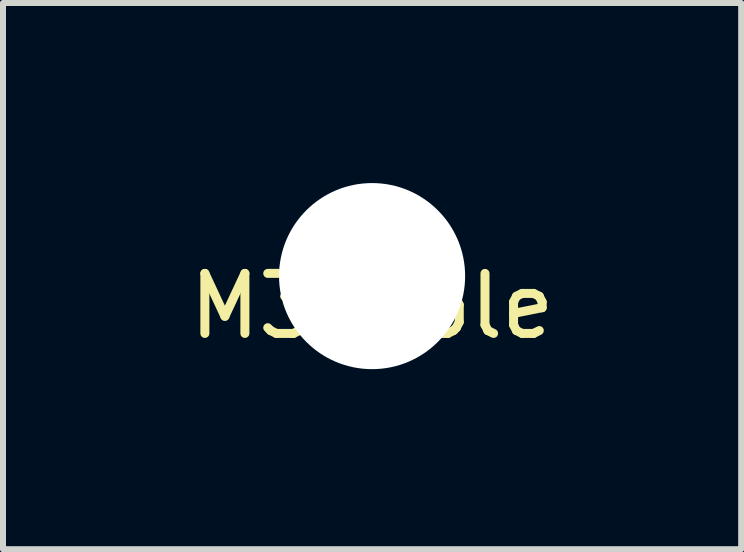
<source format=kicad_pcb>
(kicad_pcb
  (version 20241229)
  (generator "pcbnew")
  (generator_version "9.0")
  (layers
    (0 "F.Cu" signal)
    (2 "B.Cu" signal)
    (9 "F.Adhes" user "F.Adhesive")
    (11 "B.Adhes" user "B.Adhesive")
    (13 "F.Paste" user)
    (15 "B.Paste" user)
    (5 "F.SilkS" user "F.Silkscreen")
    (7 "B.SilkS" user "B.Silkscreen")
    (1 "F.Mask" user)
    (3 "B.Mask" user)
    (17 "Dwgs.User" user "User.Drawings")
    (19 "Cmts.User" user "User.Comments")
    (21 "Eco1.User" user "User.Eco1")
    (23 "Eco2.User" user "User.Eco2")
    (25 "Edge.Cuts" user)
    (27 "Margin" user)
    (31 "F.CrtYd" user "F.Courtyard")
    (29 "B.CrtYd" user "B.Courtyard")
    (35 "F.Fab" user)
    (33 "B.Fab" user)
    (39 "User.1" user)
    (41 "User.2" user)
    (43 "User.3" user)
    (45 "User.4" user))
  (footprint "M3 hole"
    (layer "F.Cu")
    (at 3.149 1.55)
    (property "Reference" "M3 hole" (at 0 0.5 0) (layer "F.SilkS") (effects (font (size 1 1) (thickness 0.15))))
    (attr through_hole)
    (pad "" np_thru_hole circle (at 0 0) (size 3.1 3.1) (drill 3.1) (layers "*.Cu" "*.Mask")))
  (gr_rect
    (start -3 -3)
    (end 9.298 6.1)
    (stroke (width 0.1) (type default))
    (fill no)
    (layer "Edge.Cuts")))
</source>
